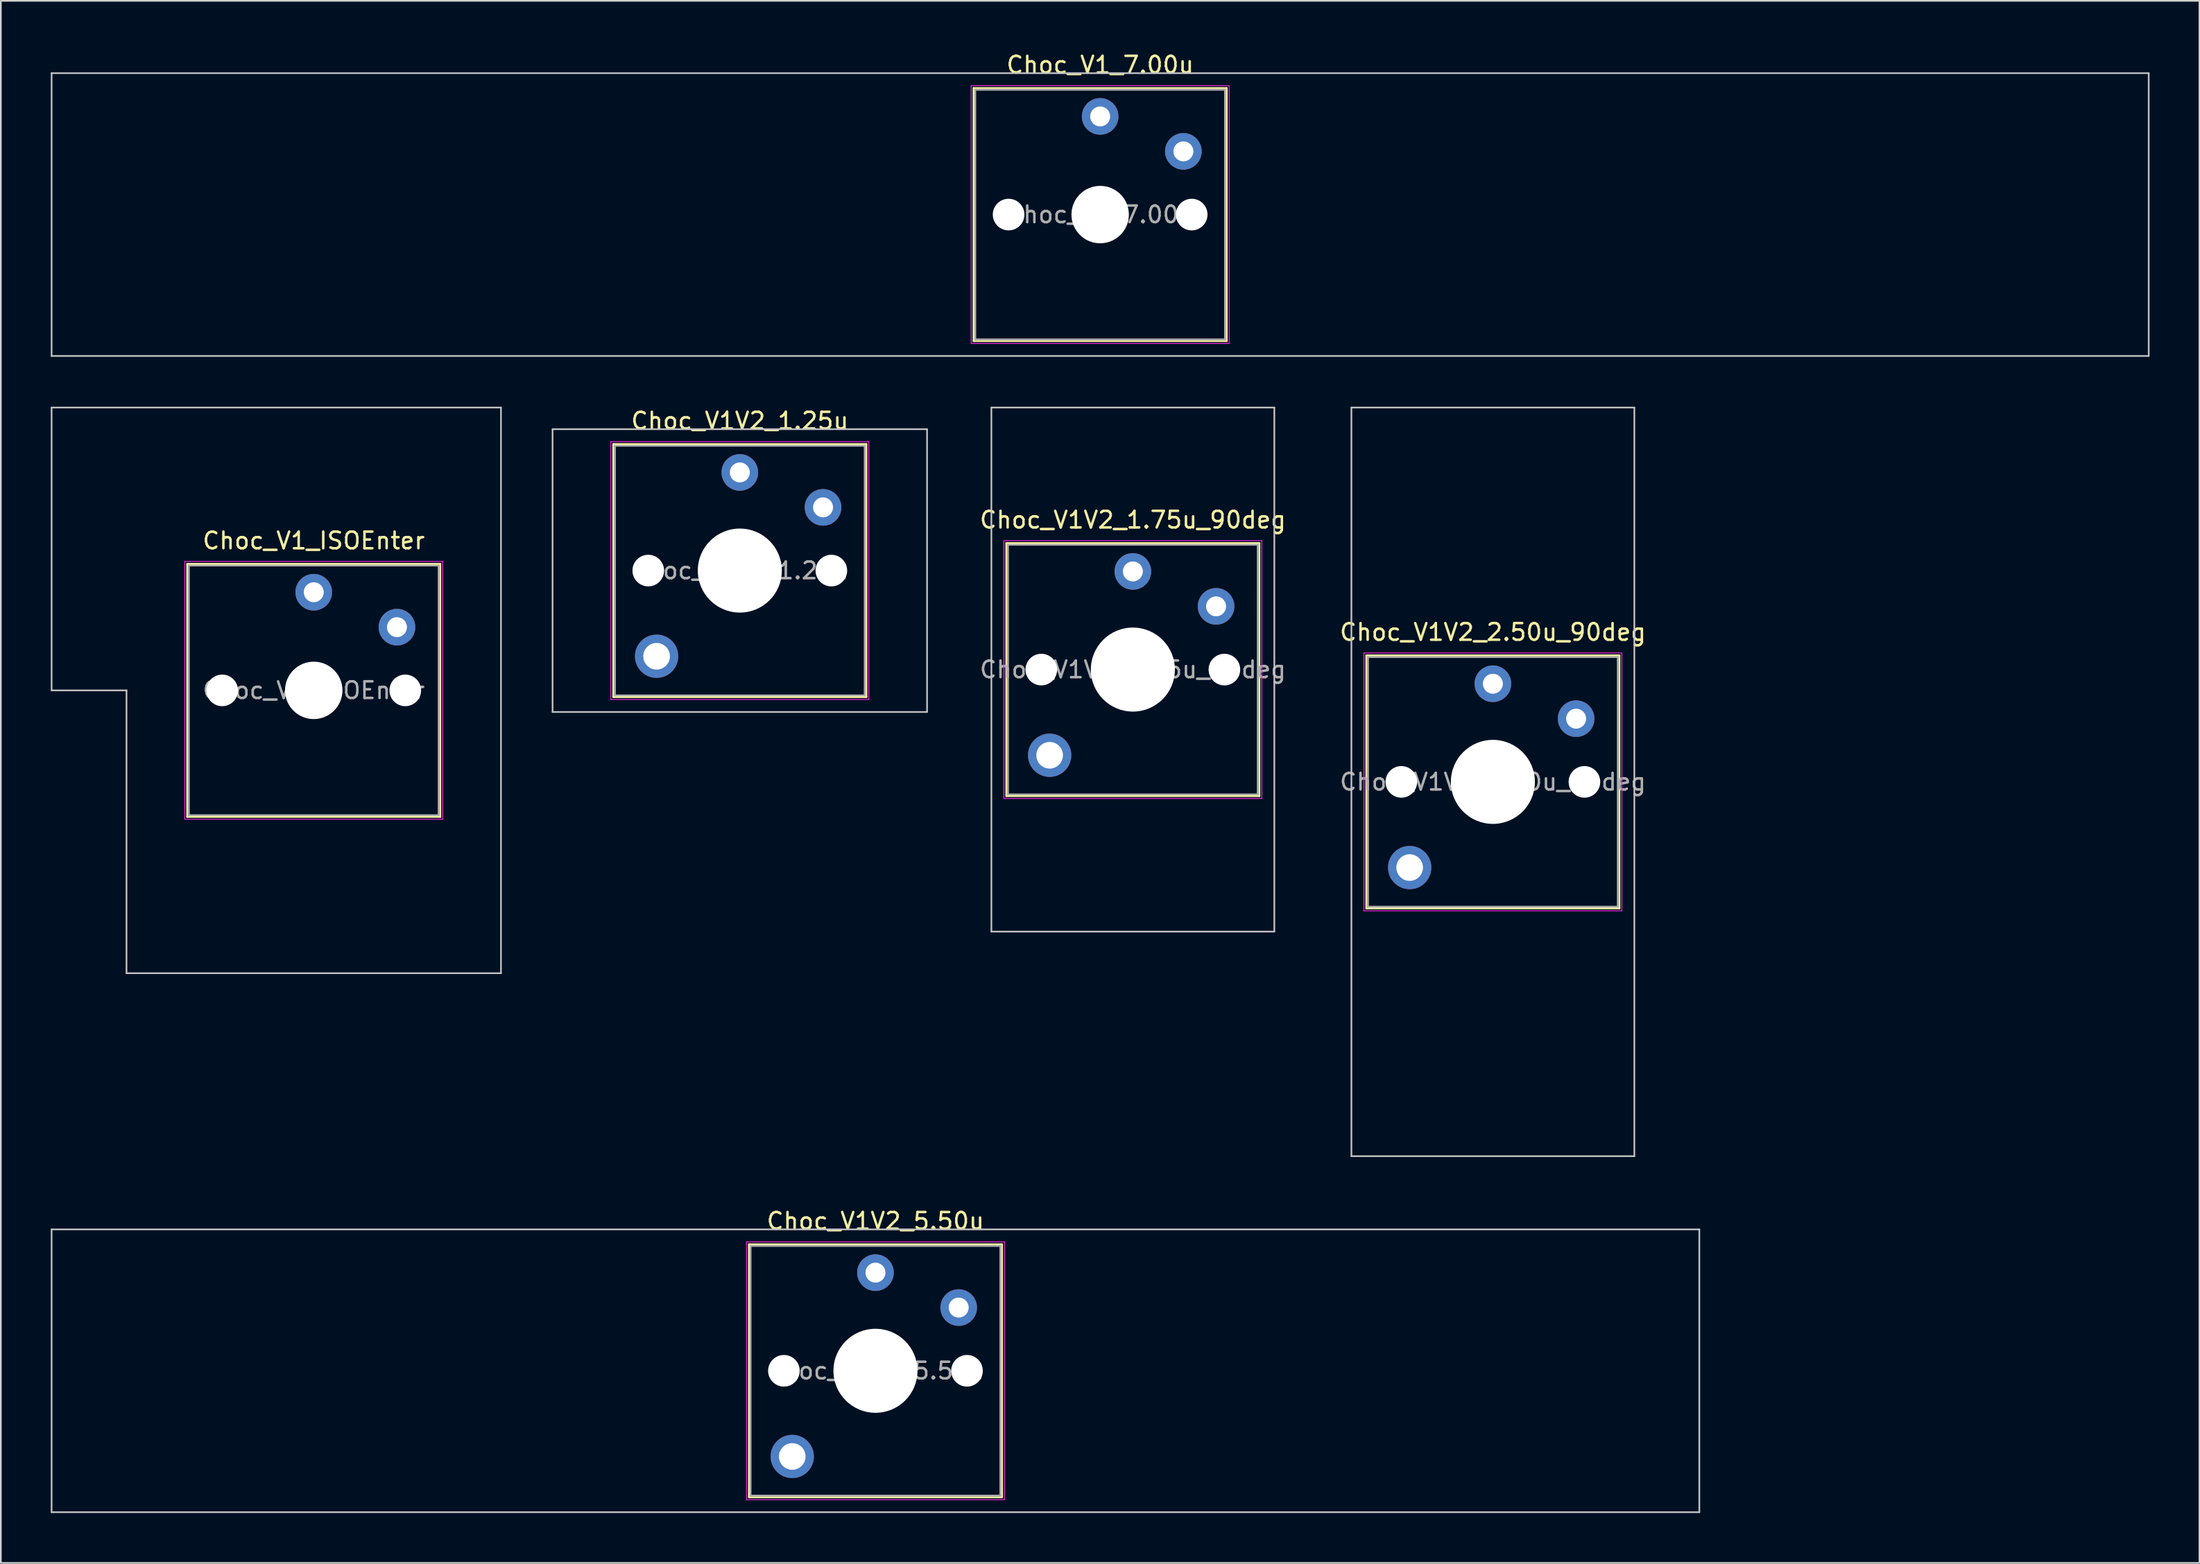
<source format=kicad_pcb>
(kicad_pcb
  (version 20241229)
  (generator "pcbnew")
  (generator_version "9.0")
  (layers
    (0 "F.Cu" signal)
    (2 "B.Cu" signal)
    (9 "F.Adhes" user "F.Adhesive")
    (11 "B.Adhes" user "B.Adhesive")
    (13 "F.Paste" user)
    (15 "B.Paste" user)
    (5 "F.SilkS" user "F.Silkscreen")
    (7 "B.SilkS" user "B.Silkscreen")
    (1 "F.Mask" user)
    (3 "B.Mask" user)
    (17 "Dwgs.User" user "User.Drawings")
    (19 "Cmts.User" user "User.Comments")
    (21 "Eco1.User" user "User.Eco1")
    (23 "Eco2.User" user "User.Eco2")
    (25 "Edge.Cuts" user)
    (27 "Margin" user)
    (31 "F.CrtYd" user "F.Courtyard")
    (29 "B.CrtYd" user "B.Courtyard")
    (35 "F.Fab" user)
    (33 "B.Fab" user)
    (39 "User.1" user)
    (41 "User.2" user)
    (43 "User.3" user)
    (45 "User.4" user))
  (footprint "Choc_V1_ISOEnter"
    (layer "F.Cu")
    (at 15.8 38.448)
    (property "Reference" "Choc_V1_ISOEnter" (at 0 -9 0) (layer "F.SilkS") (effects (font (size 1 1) (thickness 0.15))))
    (attr through_hole)
    (fp_line (start -7.6 -7.6) (end -7.6 7.6) (stroke (width 0.12) (type solid)) (layer "F.SilkS"))
    (fp_line (start -7.6 7.6) (end 7.6 7.6) (stroke (width 0.12) (type solid)) (layer "F.SilkS"))
    (fp_line (start 7.6 -7.6) (end -7.6 -7.6) (stroke (width 0.12) (type solid)) (layer "F.SilkS"))
    (fp_line (start 7.6 7.6) (end 7.6 -7.6) (stroke (width 0.12) (type solid)) (layer "F.SilkS"))
    (fp_line (start -15.75 -17) (end -15.75 0) (stroke (width 0.1) (type solid)) (layer "Dwgs.User"))
    (fp_line (start -15.75 0) (end -11.25 0) (stroke (width 0.1) (type solid)) (layer "Dwgs.User"))
    (fp_line (start -11.25 0) (end -11.25 17) (stroke (width 0.1) (type solid)) (layer "Dwgs.User"))
    (fp_line (start -11.25 17) (end 11.25 17) (stroke (width 0.1) (type solid)) (layer "Dwgs.User"))
    (fp_line (start 11.25 -17) (end -15.75 -17) (stroke (width 0.1) (type solid)) (layer "Dwgs.User"))
    (fp_line (start 11.25 17) (end 11.25 -17) (stroke (width 0.1) (type solid)) (layer "Dwgs.User"))
    (fp_line (start -7.25 -7.25) (end -7.25 7.25) (stroke (width 0.1) (type solid)) (layer "Eco1.User"))
    (fp_line (start -7.25 7.25) (end 7.25 7.25) (stroke (width 0.1) (type solid)) (layer "Eco1.User"))
    (fp_line (start 7.25 -7.25) (end -7.25 -7.25) (stroke (width 0.1) (type solid)) (layer "Eco1.User"))
    (fp_line (start 7.25 7.25) (end 7.25 -7.25) (stroke (width 0.1) (type solid)) (layer "Eco1.User"))
    (fp_line (start -7.75 -7.75) (end -7.75 7.75) (stroke (width 0.05) (type solid)) (layer "F.CrtYd"))
    (fp_line (start -7.75 7.75) (end 7.75 7.75) (stroke (width 0.05) (type solid)) (layer "F.CrtYd"))
    (fp_line (start 7.75 -7.75) (end -7.75 -7.75) (stroke (width 0.05) (type solid)) (layer "F.CrtYd"))
    (fp_line (start 7.75 7.75) (end 7.75 -7.75) (stroke (width 0.05) (type solid)) (layer "F.CrtYd"))
    (fp_line (start -7.5 -7.5) (end -7.5 7.5) (stroke (width 0.1) (type solid)) (layer "F.Fab"))
    (fp_line (start -7.5 7.5) (end 7.5 7.5) (stroke (width 0.1) (type solid)) (layer "F.Fab"))
    (fp_line (start 7.5 -7.5) (end -7.5 -7.5) (stroke (width 0.1) (type solid)) (layer "F.Fab"))
    (fp_line (start 7.5 7.5) (end 7.5 -7.5) (stroke (width 0.1) (type solid)) (layer "F.Fab"))
    (fp_text user "${REFERENCE}" (at 0 0 0) (layer "F.Fab") (effects (font (size 1 1) (thickness 0.15))))
    (pad "" np_thru_hole circle (at -5.5 0) (size 1.9 1.9) (drill 1.9) (layers "*.Cu" "*.Mask"))
    (pad "" np_thru_hole circle (at 0 0) (size 3.45 3.45) (drill 3.45) (layers "*.Cu" "*.Mask"))
    (pad "" np_thru_hole circle (at 5.5 0) (size 1.9 1.9) (drill 1.9) (layers "*.Cu" "*.Mask"))
    (pad "1" thru_hole circle (at 0 -5.9) (size 2.2 2.2) (drill 1.2) (layers "*.Cu" "*.Mask"))
    (pad "2" thru_hole circle (at 5 -3.8) (size 2.2 2.2) (drill 1.2) (layers "*.Cu" "*.Mask")))
  (footprint "Choc_V1V2_2.50u_90deg"
    (layer "F.Cu")
    (at 86.646 43.948)
    (property "Reference" "Choc_V1V2_2.50u_90deg" (at 0 -9 0) (layer "F.SilkS") (effects (font (size 1 1) (thickness 0.15))))
    (attr through_hole)
    (fp_line (start -7.6 -7.6) (end -7.6 7.6) (stroke (width 0.12) (type solid)) (layer "F.SilkS"))
    (fp_line (start -7.6 7.6) (end 7.6 7.6) (stroke (width 0.12) (type solid)) (layer "F.SilkS"))
    (fp_line (start 7.6 -7.6) (end -7.6 -7.6) (stroke (width 0.12) (type solid)) (layer "F.SilkS"))
    (fp_line (start 7.6 7.6) (end 7.6 -7.6) (stroke (width 0.12) (type solid)) (layer "F.SilkS"))
    (fp_line (start -8.5 -22.5) (end 8.5 -22.5) (stroke (width 0.1) (type solid)) (layer "Dwgs.User"))
    (fp_line (start -8.5 22.5) (end -8.5 -22.5) (stroke (width 0.1) (type solid)) (layer "Dwgs.User"))
    (fp_line (start 8.5 -22.5) (end 8.5 22.5) (stroke (width 0.1) (type solid)) (layer "Dwgs.User"))
    (fp_line (start 8.5 22.5) (end -8.5 22.5) (stroke (width 0.1) (type solid)) (layer "Dwgs.User"))
    (fp_line (start -7.25 -7.25) (end -7.25 7.25) (stroke (width 0.1) (type solid)) (layer "Eco1.User"))
    (fp_line (start -7.25 7.25) (end 7.25 7.25) (stroke (width 0.1) (type solid)) (layer "Eco1.User"))
    (fp_line (start 7.25 -7.25) (end -7.25 -7.25) (stroke (width 0.1) (type solid)) (layer "Eco1.User"))
    (fp_line (start 7.25 7.25) (end 7.25 -7.25) (stroke (width 0.1) (type solid)) (layer "Eco1.User"))
    (fp_line (start -7.75 -7.75) (end -7.75 7.75) (stroke (width 0.05) (type solid)) (layer "F.CrtYd"))
    (fp_line (start -7.75 7.75) (end 7.75 7.75) (stroke (width 0.05) (type solid)) (layer "F.CrtYd"))
    (fp_line (start 7.75 -7.75) (end -7.75 -7.75) (stroke (width 0.05) (type solid)) (layer "F.CrtYd"))
    (fp_line (start 7.75 7.75) (end 7.75 -7.75) (stroke (width 0.05) (type solid)) (layer "F.CrtYd"))
    (fp_line (start -7.5 -7.5) (end -7.5 7.5) (stroke (width 0.1) (type solid)) (layer "F.Fab"))
    (fp_line (start -7.5 7.5) (end 7.5 7.5) (stroke (width 0.1) (type solid)) (layer "F.Fab"))
    (fp_line (start 7.5 -7.5) (end -7.5 -7.5) (stroke (width 0.1) (type solid)) (layer "F.Fab"))
    (fp_line (start 7.5 7.5) (end 7.5 -7.5) (stroke (width 0.1) (type solid)) (layer "F.Fab"))
    (fp_text user "${REFERENCE}" (at 0 0 0) (layer "F.Fab") (effects (font (size 1 1) (thickness 0.15))))
    (pad "" np_thru_hole circle (at -5.5 0) (size 1.9 1.9) (drill 1.9) (layers "*.Cu" "*.Mask"))
    (pad "" thru_hole circle (at -5 5.15) (size 2.6 2.6) (drill 1.6) (layers "*.Cu" "*.Mask"))
    (pad "" np_thru_hole circle (at 0 0) (size 5.05 5.05) (drill 5.05) (layers "*.Cu" "*.Mask"))
    (pad "" np_thru_hole circle (at 5.5 0) (size 1.9 1.9) (drill 1.9) (layers "*.Cu" "*.Mask"))
    (pad "1" thru_hole circle (at 0 -5.9) (size 2.2 2.2) (drill 1.2) (layers "*.Cu" "*.Mask"))
    (pad "2" thru_hole circle (at 5 -3.8) (size 2.2 2.2) (drill 1.2) (layers "*.Cu" "*.Mask")))
  (footprint "Choc_V1V2_1.75u_90deg"
    (layer "F.Cu")
    (at 65.015 37.198)
    (property "Reference" "Choc_V1V2_1.75u_90deg" (at 0 -9 0) (layer "F.SilkS") (effects (font (size 1 1) (thickness 0.15))))
    (attr through_hole)
    (fp_line (start -7.6 -7.6) (end -7.6 7.6) (stroke (width 0.12) (type solid)) (layer "F.SilkS"))
    (fp_line (start -7.6 7.6) (end 7.6 7.6) (stroke (width 0.12) (type solid)) (layer "F.SilkS"))
    (fp_line (start 7.6 -7.6) (end -7.6 -7.6) (stroke (width 0.12) (type solid)) (layer "F.SilkS"))
    (fp_line (start 7.6 7.6) (end 7.6 -7.6) (stroke (width 0.12) (type solid)) (layer "F.SilkS"))
    (fp_line (start -8.5 -15.75) (end 8.5 -15.75) (stroke (width 0.1) (type solid)) (layer "Dwgs.User"))
    (fp_line (start -8.5 15.75) (end -8.5 -15.75) (stroke (width 0.1) (type solid)) (layer "Dwgs.User"))
    (fp_line (start 8.5 -15.75) (end 8.5 15.75) (stroke (width 0.1) (type solid)) (layer "Dwgs.User"))
    (fp_line (start 8.5 15.75) (end -8.5 15.75) (stroke (width 0.1) (type solid)) (layer "Dwgs.User"))
    (fp_line (start -7.25 -7.25) (end -7.25 7.25) (stroke (width 0.1) (type solid)) (layer "Eco1.User"))
    (fp_line (start -7.25 7.25) (end 7.25 7.25) (stroke (width 0.1) (type solid)) (layer "Eco1.User"))
    (fp_line (start 7.25 -7.25) (end -7.25 -7.25) (stroke (width 0.1) (type solid)) (layer "Eco1.User"))
    (fp_line (start 7.25 7.25) (end 7.25 -7.25) (stroke (width 0.1) (type solid)) (layer "Eco1.User"))
    (fp_line (start -7.75 -7.75) (end -7.75 7.75) (stroke (width 0.05) (type solid)) (layer "F.CrtYd"))
    (fp_line (start -7.75 7.75) (end 7.75 7.75) (stroke (width 0.05) (type solid)) (layer "F.CrtYd"))
    (fp_line (start 7.75 -7.75) (end -7.75 -7.75) (stroke (width 0.05) (type solid)) (layer "F.CrtYd"))
    (fp_line (start 7.75 7.75) (end 7.75 -7.75) (stroke (width 0.05) (type solid)) (layer "F.CrtYd"))
    (fp_line (start -7.5 -7.5) (end -7.5 7.5) (stroke (width 0.1) (type solid)) (layer "F.Fab"))
    (fp_line (start -7.5 7.5) (end 7.5 7.5) (stroke (width 0.1) (type solid)) (layer "F.Fab"))
    (fp_line (start 7.5 -7.5) (end -7.5 -7.5) (stroke (width 0.1) (type solid)) (layer "F.Fab"))
    (fp_line (start 7.5 7.5) (end 7.5 -7.5) (stroke (width 0.1) (type solid)) (layer "F.Fab"))
    (fp_text user "${REFERENCE}" (at 0 0 0) (layer "F.Fab") (effects (font (size 1 1) (thickness 0.15))))
    (pad "" np_thru_hole circle (at -5.5 0) (size 1.9 1.9) (drill 1.9) (layers "*.Cu" "*.Mask"))
    (pad "" thru_hole circle (at -5 5.15) (size 2.6 2.6) (drill 1.6) (layers "*.Cu" "*.Mask"))
    (pad "" np_thru_hole circle (at 0 0) (size 5.05 5.05) (drill 5.05) (layers "*.Cu" "*.Mask"))
    (pad "" np_thru_hole circle (at 5.5 0) (size 1.9 1.9) (drill 1.9) (layers "*.Cu" "*.Mask"))
    (pad "1" thru_hole circle (at 0 -5.9) (size 2.2 2.2) (drill 1.2) (layers "*.Cu" "*.Mask"))
    (pad "2" thru_hole circle (at 5 -3.8) (size 2.2 2.2) (drill 1.2) (layers "*.Cu" "*.Mask")))
  (footprint "Choc_V1V2_5.50u"
    (layer "F.Cu")
    (at 49.55 79.347)
    (property "Reference" "Choc_V1V2_5.50u" (at 0 -9 0) (layer "F.SilkS") (effects (font (size 1 1) (thickness 0.15))))
    (attr through_hole)
    (fp_line (start -7.6 -7.6) (end -7.6 7.6) (stroke (width 0.12) (type solid)) (layer "F.SilkS"))
    (fp_line (start -7.6 7.6) (end 7.6 7.6) (stroke (width 0.12) (type solid)) (layer "F.SilkS"))
    (fp_line (start 7.6 -7.6) (end -7.6 -7.6) (stroke (width 0.12) (type solid)) (layer "F.SilkS"))
    (fp_line (start 7.6 7.6) (end 7.6 -7.6) (stroke (width 0.12) (type solid)) (layer "F.SilkS"))
    (fp_line (start -49.5 -8.5) (end -49.5 8.5) (stroke (width 0.1) (type solid)) (layer "Dwgs.User"))
    (fp_line (start -49.5 8.5) (end 49.5 8.5) (stroke (width 0.1) (type solid)) (layer "Dwgs.User"))
    (fp_line (start 49.5 -8.5) (end -49.5 -8.5) (stroke (width 0.1) (type solid)) (layer "Dwgs.User"))
    (fp_line (start 49.5 8.5) (end 49.5 -8.5) (stroke (width 0.1) (type solid)) (layer "Dwgs.User"))
    (fp_line (start -7.25 -7.25) (end -7.25 7.25) (stroke (width 0.1) (type solid)) (layer "Eco1.User"))
    (fp_line (start -7.25 7.25) (end 7.25 7.25) (stroke (width 0.1) (type solid)) (layer "Eco1.User"))
    (fp_line (start 7.25 -7.25) (end -7.25 -7.25) (stroke (width 0.1) (type solid)) (layer "Eco1.User"))
    (fp_line (start 7.25 7.25) (end 7.25 -7.25) (stroke (width 0.1) (type solid)) (layer "Eco1.User"))
    (fp_line (start -7.75 -7.75) (end -7.75 7.75) (stroke (width 0.05) (type solid)) (layer "F.CrtYd"))
    (fp_line (start -7.75 7.75) (end 7.75 7.75) (stroke (width 0.05) (type solid)) (layer "F.CrtYd"))
    (fp_line (start 7.75 -7.75) (end -7.75 -7.75) (stroke (width 0.05) (type solid)) (layer "F.CrtYd"))
    (fp_line (start 7.75 7.75) (end 7.75 -7.75) (stroke (width 0.05) (type solid)) (layer "F.CrtYd"))
    (fp_line (start -7.5 -7.5) (end -7.5 7.5) (stroke (width 0.1) (type solid)) (layer "F.Fab"))
    (fp_line (start -7.5 7.5) (end 7.5 7.5) (stroke (width 0.1) (type solid)) (layer "F.Fab"))
    (fp_line (start 7.5 -7.5) (end -7.5 -7.5) (stroke (width 0.1) (type solid)) (layer "F.Fab"))
    (fp_line (start 7.5 7.5) (end 7.5 -7.5) (stroke (width 0.1) (type solid)) (layer "F.Fab"))
    (fp_text user "${REFERENCE}" (at 0 0 0) (layer "F.Fab") (effects (font (size 1 1) (thickness 0.15))))
    (pad "" np_thru_hole circle (at -5.5 0) (size 1.9 1.9) (drill 1.9) (layers "*.Cu" "*.Mask"))
    (pad "" thru_hole circle (at -5 5.15) (size 2.6 2.6) (drill 1.6) (layers "*.Cu" "*.Mask"))
    (pad "" np_thru_hole circle (at 0 0) (size 5.05 5.05) (drill 5.05) (layers "*.Cu" "*.Mask"))
    (pad "" np_thru_hole circle (at 5.5 0) (size 1.9 1.9) (drill 1.9) (layers "*.Cu" "*.Mask"))
    (pad "1" thru_hole circle (at 0 -5.9) (size 2.2 2.2) (drill 1.2) (layers "*.Cu" "*.Mask"))
    (pad "2" thru_hole circle (at 5 -3.8) (size 2.2 2.2) (drill 1.2) (layers "*.Cu" "*.Mask")))
  (footprint "Choc_V1_7.00u"
    (layer "F.Cu")
    (at 63.05 9.848)
    (property "Reference" "Choc_V1_7.00u" (at 0 -9 0) (layer "F.SilkS") (effects (font (size 1 1) (thickness 0.15))))
    (attr through_hole)
    (fp_line (start -7.6 -7.6) (end -7.6 7.6) (stroke (width 0.12) (type solid)) (layer "F.SilkS"))
    (fp_line (start -7.6 7.6) (end 7.6 7.6) (stroke (width 0.12) (type solid)) (layer "F.SilkS"))
    (fp_line (start 7.6 -7.6) (end -7.6 -7.6) (stroke (width 0.12) (type solid)) (layer "F.SilkS"))
    (fp_line (start 7.6 7.6) (end 7.6 -7.6) (stroke (width 0.12) (type solid)) (layer "F.SilkS"))
    (fp_line (start -63 -8.5) (end -63 8.5) (stroke (width 0.1) (type solid)) (layer "Dwgs.User"))
    (fp_line (start -63 8.5) (end 63 8.5) (stroke (width 0.1) (type solid)) (layer "Dwgs.User"))
    (fp_line (start 63 -8.5) (end -63 -8.5) (stroke (width 0.1) (type solid)) (layer "Dwgs.User"))
    (fp_line (start 63 8.5) (end 63 -8.5) (stroke (width 0.1) (type solid)) (layer "Dwgs.User"))
    (fp_line (start -7.25 -7.25) (end -7.25 7.25) (stroke (width 0.1) (type solid)) (layer "Eco1.User"))
    (fp_line (start -7.25 7.25) (end 7.25 7.25) (stroke (width 0.1) (type solid)) (layer "Eco1.User"))
    (fp_line (start 7.25 -7.25) (end -7.25 -7.25) (stroke (width 0.1) (type solid)) (layer "Eco1.User"))
    (fp_line (start 7.25 7.25) (end 7.25 -7.25) (stroke (width 0.1) (type solid)) (layer "Eco1.User"))
    (fp_line (start -7.75 -7.75) (end -7.75 7.75) (stroke (width 0.05) (type solid)) (layer "F.CrtYd"))
    (fp_line (start -7.75 7.75) (end 7.75 7.75) (stroke (width 0.05) (type solid)) (layer "F.CrtYd"))
    (fp_line (start 7.75 -7.75) (end -7.75 -7.75) (stroke (width 0.05) (type solid)) (layer "F.CrtYd"))
    (fp_line (start 7.75 7.75) (end 7.75 -7.75) (stroke (width 0.05) (type solid)) (layer "F.CrtYd"))
    (fp_line (start -7.5 -7.5) (end -7.5 7.5) (stroke (width 0.1) (type solid)) (layer "F.Fab"))
    (fp_line (start -7.5 7.5) (end 7.5 7.5) (stroke (width 0.1) (type solid)) (layer "F.Fab"))
    (fp_line (start 7.5 -7.5) (end -7.5 -7.5) (stroke (width 0.1) (type solid)) (layer "F.Fab"))
    (fp_line (start 7.5 7.5) (end 7.5 -7.5) (stroke (width 0.1) (type solid)) (layer "F.Fab"))
    (fp_text user "${REFERENCE}" (at 0 0 0) (layer "F.Fab") (effects (font (size 1 1) (thickness 0.15))))
    (pad "" np_thru_hole circle (at -5.5 0) (size 1.9 1.9) (drill 1.9) (layers "*.Cu" "*.Mask"))
    (pad "" np_thru_hole circle (at 0 0) (size 3.45 3.45) (drill 3.45) (layers "*.Cu" "*.Mask"))
    (pad "" np_thru_hole circle (at 5.5 0) (size 1.9 1.9) (drill 1.9) (layers "*.Cu" "*.Mask"))
    (pad "1" thru_hole circle (at 0 -5.9) (size 2.2 2.2) (drill 1.2) (layers "*.Cu" "*.Mask"))
    (pad "2" thru_hole circle (at 5 -3.8) (size 2.2 2.2) (drill 1.2) (layers "*.Cu" "*.Mask")))
  (footprint "Choc_V1V2_1.25u"
    (layer "F.Cu")
    (at 41.4 31.247)
    (property "Reference" "Choc_V1V2_1.25u" (at 0 -9 0) (layer "F.SilkS") (effects (font (size 1 1) (thickness 0.15))))
    (attr through_hole)
    (fp_line (start -7.6 -7.6) (end -7.6 7.6) (stroke (width 0.12) (type solid)) (layer "F.SilkS"))
    (fp_line (start -7.6 7.6) (end 7.6 7.6) (stroke (width 0.12) (type solid)) (layer "F.SilkS"))
    (fp_line (start 7.6 -7.6) (end -7.6 -7.6) (stroke (width 0.12) (type solid)) (layer "F.SilkS"))
    (fp_line (start 7.6 7.6) (end 7.6 -7.6) (stroke (width 0.12) (type solid)) (layer "F.SilkS"))
    (fp_line (start -11.25 -8.5) (end -11.25 8.5) (stroke (width 0.1) (type solid)) (layer "Dwgs.User"))
    (fp_line (start -11.25 8.5) (end 11.25 8.5) (stroke (width 0.1) (type solid)) (layer "Dwgs.User"))
    (fp_line (start 11.25 -8.5) (end -11.25 -8.5) (stroke (width 0.1) (type solid)) (layer "Dwgs.User"))
    (fp_line (start 11.25 8.5) (end 11.25 -8.5) (stroke (width 0.1) (type solid)) (layer "Dwgs.User"))
    (fp_line (start -7.25 -7.25) (end -7.25 7.25) (stroke (width 0.1) (type solid)) (layer "Eco1.User"))
    (fp_line (start -7.25 7.25) (end 7.25 7.25) (stroke (width 0.1) (type solid)) (layer "Eco1.User"))
    (fp_line (start 7.25 -7.25) (end -7.25 -7.25) (stroke (width 0.1) (type solid)) (layer "Eco1.User"))
    (fp_line (start 7.25 7.25) (end 7.25 -7.25) (stroke (width 0.1) (type solid)) (layer "Eco1.User"))
    (fp_line (start -7.75 -7.75) (end -7.75 7.75) (stroke (width 0.05) (type solid)) (layer "F.CrtYd"))
    (fp_line (start -7.75 7.75) (end 7.75 7.75) (stroke (width 0.05) (type solid)) (layer "F.CrtYd"))
    (fp_line (start 7.75 -7.75) (end -7.75 -7.75) (stroke (width 0.05) (type solid)) (layer "F.CrtYd"))
    (fp_line (start 7.75 7.75) (end 7.75 -7.75) (stroke (width 0.05) (type solid)) (layer "F.CrtYd"))
    (fp_line (start -7.5 -7.5) (end -7.5 7.5) (stroke (width 0.1) (type solid)) (layer "F.Fab"))
    (fp_line (start -7.5 7.5) (end 7.5 7.5) (stroke (width 0.1) (type solid)) (layer "F.Fab"))
    (fp_line (start 7.5 -7.5) (end -7.5 -7.5) (stroke (width 0.1) (type solid)) (layer "F.Fab"))
    (fp_line (start 7.5 7.5) (end 7.5 -7.5) (stroke (width 0.1) (type solid)) (layer "F.Fab"))
    (fp_text user "${REFERENCE}" (at 0 0 0) (layer "F.Fab") (effects (font (size 1 1) (thickness 0.15))))
    (pad "" np_thru_hole circle (at -5.5 0) (size 1.9 1.9) (drill 1.9) (layers "*.Cu" "*.Mask"))
    (pad "" thru_hole circle (at -5 5.15) (size 2.6 2.6) (drill 1.6) (layers "*.Cu" "*.Mask"))
    (pad "" np_thru_hole circle (at 0 0) (size 5.05 5.05) (drill 5.05) (layers "*.Cu" "*.Mask"))
    (pad "" np_thru_hole circle (at 5.5 0) (size 1.9 1.9) (drill 1.9) (layers "*.Cu" "*.Mask"))
    (pad "1" thru_hole circle (at 0 -5.9) (size 2.2 2.2) (drill 1.2) (layers "*.Cu" "*.Mask"))
    (pad "2" thru_hole circle (at 5 -3.8) (size 2.2 2.2) (drill 1.2) (layers "*.Cu" "*.Mask")))
  (gr_rect
    (start -3 -3)
    (end 129.1 90.897)
    (stroke (width 0.1) (type default))
    (fill no)
    (layer "Edge.Cuts")))
</source>
